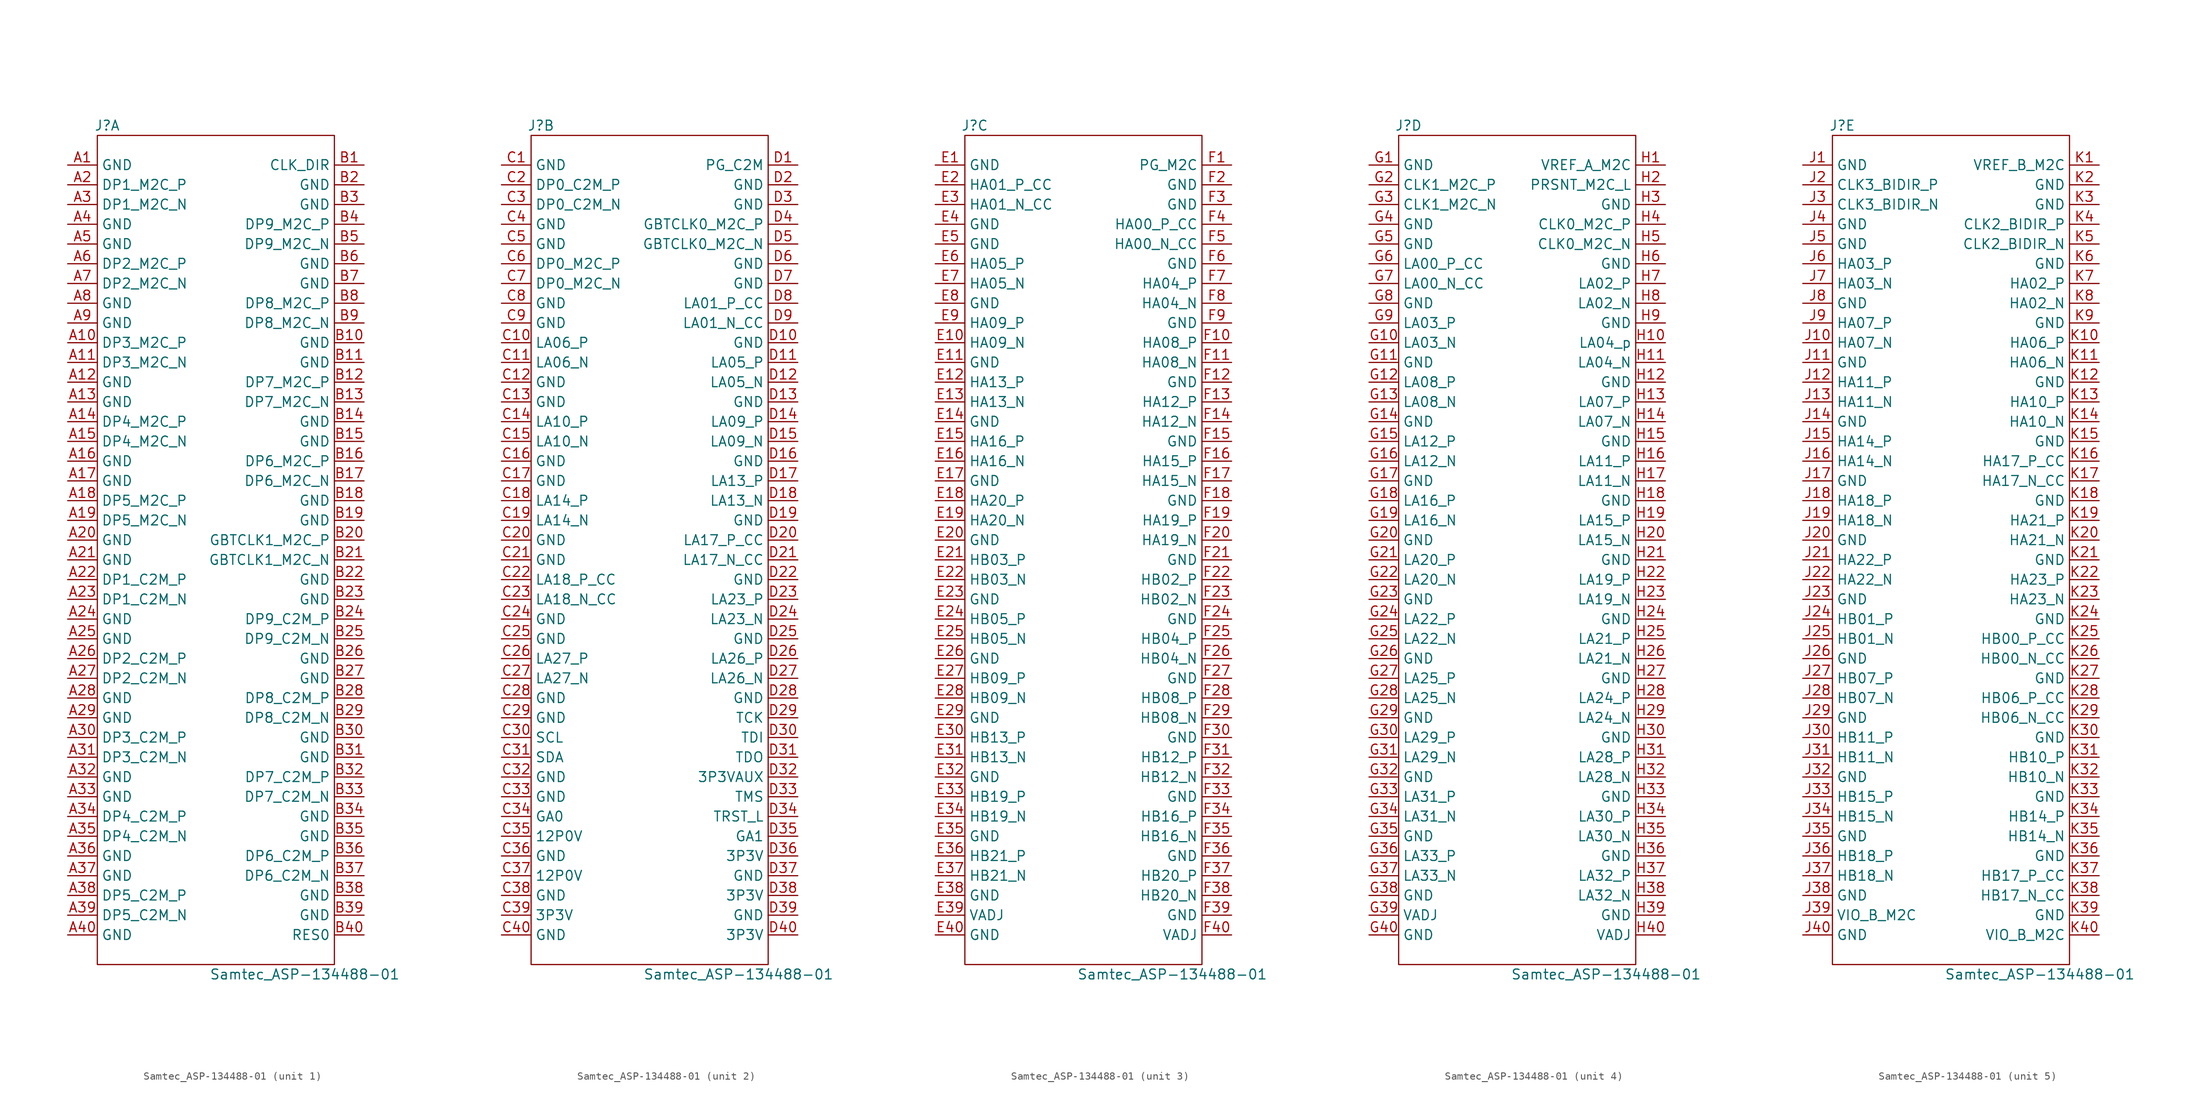
<source format=kicad_sym>
(kicad_symbol_lib
  (version 20211014)
  (generator kicad_symbol_editor)
  (symbol "Samtec_ASP-134488-01"
    (property "Reference" "J"
      (at -13.97 54.61 0)
      (effects (font (size 1.27 1.27))))
    (property "Value" "Samtec_ASP-134488-01"
      (at 11.43 -54.61 0)
      (effects (font (size 1.27 1.27))))
    (property "ki_locked" ""
      (at 0 0 0)
      (effects (font (size 1.27 1.27))))
    (symbol "Samtec_ASP-134488-01_0_1"
      (rectangle (start -15.24 53.34) (end 15.24 -53.34) (stroke (width 0) (type default) (color 0 0 0 0)) (fill (type none))))
    (symbol "Samtec_ASP-134488-01_1_1"
      (pin passive line (at -19.05 49.53 0) (length 3.81) (name "GND" (effects (font (size 1.27 1.27)))) (number "A1" (effects (font (size 1.27 1.27)))))
      (pin passive line (at -19.05 26.67 0) (length 3.81) (name "DP3_M2C_P" (effects (font (size 1.27 1.27)))) (number "A10" (effects (font (size 1.27 1.27)))))
      (pin passive line (at -19.05 24.13 0) (length 3.81) (name "DP3_M2C_N" (effects (font (size 1.27 1.27)))) (number "A11" (effects (font (size 1.27 1.27)))))
      (pin passive line (at -19.05 21.59 0) (length 3.81) (name "GND" (effects (font (size 1.27 1.27)))) (number "A12" (effects (font (size 1.27 1.27)))))
      (pin passive line (at -19.05 19.05 0) (length 3.81) (name "GND" (effects (font (size 1.27 1.27)))) (number "A13" (effects (font (size 1.27 1.27)))))
      (pin passive line (at -19.05 16.51 0) (length 3.81) (name "DP4_M2C_P" (effects (font (size 1.27 1.27)))) (number "A14" (effects (font (size 1.27 1.27)))))
      (pin passive line (at -19.05 13.97 0) (length 3.81) (name "DP4_M2C_N" (effects (font (size 1.27 1.27)))) (number "A15" (effects (font (size 1.27 1.27)))))
      (pin passive line (at -19.05 11.43 0) (length 3.81) (name "GND" (effects (font (size 1.27 1.27)))) (number "A16" (effects (font (size 1.27 1.27)))))
      (pin passive line (at -19.05 8.89 0) (length 3.81) (name "GND" (effects (font (size 1.27 1.27)))) (number "A17" (effects (font (size 1.27 1.27)))))
      (pin passive line (at -19.05 6.35 0) (length 3.81) (name "DP5_M2C_P" (effects (font (size 1.27 1.27)))) (number "A18" (effects (font (size 1.27 1.27)))))
      (pin passive line (at -19.05 3.81 0) (length 3.81) (name "DP5_M2C_N" (effects (font (size 1.27 1.27)))) (number "A19" (effects (font (size 1.27 1.27)))))
      (pin passive line (at -19.05 46.99 0) (length 3.81) (name "DP1_M2C_P" (effects (font (size 1.27 1.27)))) (number "A2" (effects (font (size 1.27 1.27)))))
      (pin passive line (at -19.05 1.27 0) (length 3.81) (name "GND" (effects (font (size 1.27 1.27)))) (number "A20" (effects (font (size 1.27 1.27)))))
      (pin passive line (at -19.05 -1.27 0) (length 3.81) (name "GND" (effects (font (size 1.27 1.27)))) (number "A21" (effects (font (size 1.27 1.27)))))
      (pin passive line (at -19.05 -3.81 0) (length 3.81) (name "DP1_C2M_P" (effects (font (size 1.27 1.27)))) (number "A22" (effects (font (size 1.27 1.27)))))
      (pin passive line (at -19.05 -6.35 0) (length 3.81) (name "DP1_C2M_N" (effects (font (size 1.27 1.27)))) (number "A23" (effects (font (size 1.27 1.27)))))
      (pin passive line (at -19.05 -8.89 0) (length 3.81) (name "GND" (effects (font (size 1.27 1.27)))) (number "A24" (effects (font (size 1.27 1.27)))))
      (pin passive line (at -19.05 -11.43 0) (length 3.81) (name "GND" (effects (font (size 1.27 1.27)))) (number "A25" (effects (font (size 1.27 1.27)))))
      (pin passive line (at -19.05 -13.97 0) (length 3.81) (name "DP2_C2M_P" (effects (font (size 1.27 1.27)))) (number "A26" (effects (font (size 1.27 1.27)))))
      (pin passive line (at -19.05 -16.51 0) (length 3.81) (name "DP2_C2M_N" (effects (font (size 1.27 1.27)))) (number "A27" (effects (font (size 1.27 1.27)))))
      (pin passive line (at -19.05 -19.05 0) (length 3.81) (name "GND" (effects (font (size 1.27 1.27)))) (number "A28" (effects (font (size 1.27 1.27)))))
      (pin passive line (at -19.05 -21.59 0) (length 3.81) (name "GND" (effects (font (size 1.27 1.27)))) (number "A29" (effects (font (size 1.27 1.27)))))
      (pin passive line (at -19.05 44.45 0) (length 3.81) (name "DP1_M2C_N" (effects (font (size 1.27 1.27)))) (number "A3" (effects (font (size 1.27 1.27)))))
      (pin passive line (at -19.05 -24.13 0) (length 3.81) (name "DP3_C2M_P" (effects (font (size 1.27 1.27)))) (number "A30" (effects (font (size 1.27 1.27)))))
      (pin passive line (at -19.05 -26.67 0) (length 3.81) (name "DP3_C2M_N" (effects (font (size 1.27 1.27)))) (number "A31" (effects (font (size 1.27 1.27)))))
      (pin passive line (at -19.05 -29.21 0) (length 3.81) (name "GND" (effects (font (size 1.27 1.27)))) (number "A32" (effects (font (size 1.27 1.27)))))
      (pin passive line (at -19.05 -31.75 0) (length 3.81) (name "GND" (effects (font (size 1.27 1.27)))) (number "A33" (effects (font (size 1.27 1.27)))))
      (pin passive line (at -19.05 -34.29 0) (length 3.81) (name "DP4_C2M_P" (effects (font (size 1.27 1.27)))) (number "A34" (effects (font (size 1.27 1.27)))))
      (pin passive line (at -19.05 -36.83 0) (length 3.81) (name "DP4_C2M_N" (effects (font (size 1.27 1.27)))) (number "A35" (effects (font (size 1.27 1.27)))))
      (pin passive line (at -19.05 -39.37 0) (length 3.81) (name "GND" (effects (font (size 1.27 1.27)))) (number "A36" (effects (font (size 1.27 1.27)))))
      (pin passive line (at -19.05 -41.91 0) (length 3.81) (name "GND" (effects (font (size 1.27 1.27)))) (number "A37" (effects (font (size 1.27 1.27)))))
      (pin passive line (at -19.05 -44.45 0) (length 3.81) (name "DP5_C2M_P" (effects (font (size 1.27 1.27)))) (number "A38" (effects (font (size 1.27 1.27)))))
      (pin passive line (at -19.05 -46.99 0) (length 3.81) (name "DP5_C2M_N" (effects (font (size 1.27 1.27)))) (number "A39" (effects (font (size 1.27 1.27)))))
      (pin passive line (at -19.05 41.91 0) (length 3.81) (name "GND" (effects (font (size 1.27 1.27)))) (number "A4" (effects (font (size 1.27 1.27)))))
      (pin passive line (at -19.05 -49.53 0) (length 3.81) (name "GND" (effects (font (size 1.27 1.27)))) (number "A40" (effects (font (size 1.27 1.27)))))
      (pin passive line (at -19.05 39.37 0) (length 3.81) (name "GND" (effects (font (size 1.27 1.27)))) (number "A5" (effects (font (size 1.27 1.27)))))
      (pin passive line (at -19.05 36.83 0) (length 3.81) (name "DP2_M2C_P" (effects (font (size 1.27 1.27)))) (number "A6" (effects (font (size 1.27 1.27)))))
      (pin passive line (at -19.05 34.29 0) (length 3.81) (name "DP2_M2C_N" (effects (font (size 1.27 1.27)))) (number "A7" (effects (font (size 1.27 1.27)))))
      (pin passive line (at -19.05 31.75 0) (length 3.81) (name "GND" (effects (font (size 1.27 1.27)))) (number "A8" (effects (font (size 1.27 1.27)))))
      (pin passive line (at -19.05 29.21 0) (length 3.81) (name "GND" (effects (font (size 1.27 1.27)))) (number "A9" (effects (font (size 1.27 1.27)))))
      (pin passive line (at 19.05 49.53 180) (length 3.81) (name "CLK_DIR" (effects (font (size 1.27 1.27)))) (number "B1" (effects (font (size 1.27 1.27)))))
      (pin passive line (at 19.05 26.67 180) (length 3.81) (name "GND" (effects (font (size 1.27 1.27)))) (number "B10" (effects (font (size 1.27 1.27)))))
      (pin passive line (at 19.05 24.13 180) (length 3.81) (name "GND" (effects (font (size 1.27 1.27)))) (number "B11" (effects (font (size 1.27 1.27)))))
      (pin passive line (at 19.05 21.59 180) (length 3.81) (name "DP7_M2C_P" (effects (font (size 1.27 1.27)))) (number "B12" (effects (font (size 1.27 1.27)))))
      (pin passive line (at 19.05 19.05 180) (length 3.81) (name "DP7_M2C_N" (effects (font (size 1.27 1.27)))) (number "B13" (effects (font (size 1.27 1.27)))))
      (pin passive line (at 19.05 16.51 180) (length 3.81) (name "GND" (effects (font (size 1.27 1.27)))) (number "B14" (effects (font (size 1.27 1.27)))))
      (pin passive line (at 19.05 13.97 180) (length 3.81) (name "GND" (effects (font (size 1.27 1.27)))) (number "B15" (effects (font (size 1.27 1.27)))))
      (pin passive line (at 19.05 11.43 180) (length 3.81) (name "DP6_M2C_P" (effects (font (size 1.27 1.27)))) (number "B16" (effects (font (size 1.27 1.27)))))
      (pin passive line (at 19.05 8.89 180) (length 3.81) (name "DP6_M2C_N" (effects (font (size 1.27 1.27)))) (number "B17" (effects (font (size 1.27 1.27)))))
      (pin passive line (at 19.05 6.35 180) (length 3.81) (name "GND" (effects (font (size 1.27 1.27)))) (number "B18" (effects (font (size 1.27 1.27)))))
      (pin passive line (at 19.05 3.81 180) (length 3.81) (name "GND" (effects (font (size 1.27 1.27)))) (number "B19" (effects (font (size 1.27 1.27)))))
      (pin passive line (at 19.05 46.99 180) (length 3.81) (name "GND" (effects (font (size 1.27 1.27)))) (number "B2" (effects (font (size 1.27 1.27)))))
      (pin passive line (at 19.05 1.27 180) (length 3.81) (name "GBTCLK1_M2C_P" (effects (font (size 1.27 1.27)))) (number "B20" (effects (font (size 1.27 1.27)))))
      (pin passive line (at 19.05 -1.27 180) (length 3.81) (name "GBTCLK1_M2C_N" (effects (font (size 1.27 1.27)))) (number "B21" (effects (font (size 1.27 1.27)))))
      (pin passive line (at 19.05 -3.81 180) (length 3.81) (name "GND" (effects (font (size 1.27 1.27)))) (number "B22" (effects (font (size 1.27 1.27)))))
      (pin passive line (at 19.05 -6.35 180) (length 3.81) (name "GND" (effects (font (size 1.27 1.27)))) (number "B23" (effects (font (size 1.27 1.27)))))
      (pin passive line (at 19.05 -8.89 180) (length 3.81) (name "DP9_C2M_P" (effects (font (size 1.27 1.27)))) (number "B24" (effects (font (size 1.27 1.27)))))
      (pin passive line (at 19.05 -11.43 180) (length 3.81) (name "DP9_C2M_N" (effects (font (size 1.27 1.27)))) (number "B25" (effects (font (size 1.27 1.27)))))
      (pin passive line (at 19.05 -13.97 180) (length 3.81) (name "GND" (effects (font (size 1.27 1.27)))) (number "B26" (effects (font (size 1.27 1.27)))))
      (pin passive line (at 19.05 -16.51 180) (length 3.81) (name "GND" (effects (font (size 1.27 1.27)))) (number "B27" (effects (font (size 1.27 1.27)))))
      (pin passive line (at 19.05 -19.05 180) (length 3.81) (name "DP8_C2M_P" (effects (font (size 1.27 1.27)))) (number "B28" (effects (font (size 1.27 1.27)))))
      (pin passive line (at 19.05 -21.59 180) (length 3.81) (name "DP8_C2M_N" (effects (font (size 1.27 1.27)))) (number "B29" (effects (font (size 1.27 1.27)))))
      (pin passive line (at 19.05 44.45 180) (length 3.81) (name "GND" (effects (font (size 1.27 1.27)))) (number "B3" (effects (font (size 1.27 1.27)))))
      (pin passive line (at 19.05 -24.13 180) (length 3.81) (name "GND" (effects (font (size 1.27 1.27)))) (number "B30" (effects (font (size 1.27 1.27)))))
      (pin passive line (at 19.05 -26.67 180) (length 3.81) (name "GND" (effects (font (size 1.27 1.27)))) (number "B31" (effects (font (size 1.27 1.27)))))
      (pin passive line (at 19.05 -29.21 180) (length 3.81) (name "DP7_C2M_P" (effects (font (size 1.27 1.27)))) (number "B32" (effects (font (size 1.27 1.27)))))
      (pin passive line (at 19.05 -31.75 180) (length 3.81) (name "DP7_C2M_N" (effects (font (size 1.27 1.27)))) (number "B33" (effects (font (size 1.27 1.27)))))
      (pin passive line (at 19.05 -34.29 180) (length 3.81) (name "GND" (effects (font (size 1.27 1.27)))) (number "B34" (effects (font (size 1.27 1.27)))))
      (pin passive line (at 19.05 -36.83 180) (length 3.81) (name "GND" (effects (font (size 1.27 1.27)))) (number "B35" (effects (font (size 1.27 1.27)))))
      (pin passive line (at 19.05 -39.37 180) (length 3.81) (name "DP6_C2M_P" (effects (font (size 1.27 1.27)))) (number "B36" (effects (font (size 1.27 1.27)))))
      (pin passive line (at 19.05 -41.91 180) (length 3.81) (name "DP6_C2M_N" (effects (font (size 1.27 1.27)))) (number "B37" (effects (font (size 1.27 1.27)))))
      (pin passive line (at 19.05 -44.45 180) (length 3.81) (name "GND" (effects (font (size 1.27 1.27)))) (number "B38" (effects (font (size 1.27 1.27)))))
      (pin passive line (at 19.05 -46.99 180) (length 3.81) (name "GND" (effects (font (size 1.27 1.27)))) (number "B39" (effects (font (size 1.27 1.27)))))
      (pin passive line (at 19.05 41.91 180) (length 3.81) (name "DP9_M2C_P" (effects (font (size 1.27 1.27)))) (number "B4" (effects (font (size 1.27 1.27)))))
      (pin passive line (at 19.05 -49.53 180) (length 3.81) (name "RES0" (effects (font (size 1.27 1.27)))) (number "B40" (effects (font (size 1.27 1.27)))))
      (pin passive line (at 19.05 39.37 180) (length 3.81) (name "DP9_M2C_N" (effects (font (size 1.27 1.27)))) (number "B5" (effects (font (size 1.27 1.27)))))
      (pin passive line (at 19.05 36.83 180) (length 3.81) (name "GND" (effects (font (size 1.27 1.27)))) (number "B6" (effects (font (size 1.27 1.27)))))
      (pin passive line (at 19.05 34.29 180) (length 3.81) (name "GND" (effects (font (size 1.27 1.27)))) (number "B7" (effects (font (size 1.27 1.27)))))
      (pin passive line (at 19.05 31.75 180) (length 3.81) (name "DP8_M2C_P" (effects (font (size 1.27 1.27)))) (number "B8" (effects (font (size 1.27 1.27)))))
      (pin passive line (at 19.05 29.21 180) (length 3.81) (name "DP8_M2C_N" (effects (font (size 1.27 1.27)))) (number "B9" (effects (font (size 1.27 1.27))))))
    (symbol "Samtec_ASP-134488-01_2_1"
      (pin passive line (at -19.05 49.53 0) (length 3.81) (name "GND" (effects (font (size 1.27 1.27)))) (number "C1" (effects (font (size 1.27 1.27)))))
      (pin passive line (at -19.05 26.67 0) (length 3.81) (name "LA06_P" (effects (font (size 1.27 1.27)))) (number "C10" (effects (font (size 1.27 1.27)))))
      (pin passive line (at -19.05 24.13 0) (length 3.81) (name "LA06_N" (effects (font (size 1.27 1.27)))) (number "C11" (effects (font (size 1.27 1.27)))))
      (pin passive line (at -19.05 21.59 0) (length 3.81) (name "GND" (effects (font (size 1.27 1.27)))) (number "C12" (effects (font (size 1.27 1.27)))))
      (pin passive line (at -19.05 19.05 0) (length 3.81) (name "GND" (effects (font (size 1.27 1.27)))) (number "C13" (effects (font (size 1.27 1.27)))))
      (pin passive line (at -19.05 16.51 0) (length 3.81) (name "LA10_P" (effects (font (size 1.27 1.27)))) (number "C14" (effects (font (size 1.27 1.27)))))
      (pin passive line (at -19.05 13.97 0) (length 3.81) (name "LA10_N" (effects (font (size 1.27 1.27)))) (number "C15" (effects (font (size 1.27 1.27)))))
      (pin passive line (at -19.05 11.43 0) (length 3.81) (name "GND" (effects (font (size 1.27 1.27)))) (number "C16" (effects (font (size 1.27 1.27)))))
      (pin passive line (at -19.05 8.89 0) (length 3.81) (name "GND" (effects (font (size 1.27 1.27)))) (number "C17" (effects (font (size 1.27 1.27)))))
      (pin passive line (at -19.05 6.35 0) (length 3.81) (name "LA14_P" (effects (font (size 1.27 1.27)))) (number "C18" (effects (font (size 1.27 1.27)))))
      (pin passive line (at -19.05 3.81 0) (length 3.81) (name "LA14_N" (effects (font (size 1.27 1.27)))) (number "C19" (effects (font (size 1.27 1.27)))))
      (pin passive line (at -19.05 46.99 0) (length 3.81) (name "DP0_C2M_P" (effects (font (size 1.27 1.27)))) (number "C2" (effects (font (size 1.27 1.27)))))
      (pin passive line (at -19.05 1.27 0) (length 3.81) (name "GND" (effects (font (size 1.27 1.27)))) (number "C20" (effects (font (size 1.27 1.27)))))
      (pin passive line (at -19.05 -1.27 0) (length 3.81) (name "GND" (effects (font (size 1.27 1.27)))) (number "C21" (effects (font (size 1.27 1.27)))))
      (pin passive line (at -19.05 -3.81 0) (length 3.81) (name "LA18_P_CC" (effects (font (size 1.27 1.27)))) (number "C22" (effects (font (size 1.27 1.27)))))
      (pin passive line (at -19.05 -6.35 0) (length 3.81) (name "LA18_N_CC" (effects (font (size 1.27 1.27)))) (number "C23" (effects (font (size 1.27 1.27)))))
      (pin passive line (at -19.05 -8.89 0) (length 3.81) (name "GND" (effects (font (size 1.27 1.27)))) (number "C24" (effects (font (size 1.27 1.27)))))
      (pin passive line (at -19.05 -11.43 0) (length 3.81) (name "GND" (effects (font (size 1.27 1.27)))) (number "C25" (effects (font (size 1.27 1.27)))))
      (pin passive line (at -19.05 -13.97 0) (length 3.81) (name "LA27_P" (effects (font (size 1.27 1.27)))) (number "C26" (effects (font (size 1.27 1.27)))))
      (pin passive line (at -19.05 -16.51 0) (length 3.81) (name "LA27_N" (effects (font (size 1.27 1.27)))) (number "C27" (effects (font (size 1.27 1.27)))))
      (pin passive line (at -19.05 -19.05 0) (length 3.81) (name "GND" (effects (font (size 1.27 1.27)))) (number "C28" (effects (font (size 1.27 1.27)))))
      (pin passive line (at -19.05 -21.59 0) (length 3.81) (name "GND" (effects (font (size 1.27 1.27)))) (number "C29" (effects (font (size 1.27 1.27)))))
      (pin passive line (at -19.05 44.45 0) (length 3.81) (name "DP0_C2M_N" (effects (font (size 1.27 1.27)))) (number "C3" (effects (font (size 1.27 1.27)))))
      (pin passive line (at -19.05 -24.13 0) (length 3.81) (name "SCL" (effects (font (size 1.27 1.27)))) (number "C30" (effects (font (size 1.27 1.27)))))
      (pin passive line (at -19.05 -26.67 0) (length 3.81) (name "SDA" (effects (font (size 1.27 1.27)))) (number "C31" (effects (font (size 1.27 1.27)))))
      (pin passive line (at -19.05 -29.21 0) (length 3.81) (name "GND" (effects (font (size 1.27 1.27)))) (number "C32" (effects (font (size 1.27 1.27)))))
      (pin passive line (at -19.05 -31.75 0) (length 3.81) (name "GND" (effects (font (size 1.27 1.27)))) (number "C33" (effects (font (size 1.27 1.27)))))
      (pin passive line (at -19.05 -34.29 0) (length 3.81) (name "GA0" (effects (font (size 1.27 1.27)))) (number "C34" (effects (font (size 1.27 1.27)))))
      (pin passive line (at -19.05 -36.83 0) (length 3.81) (name "12P0V" (effects (font (size 1.27 1.27)))) (number "C35" (effects (font (size 1.27 1.27)))))
      (pin passive line (at -19.05 -39.37 0) (length 3.81) (name "GND" (effects (font (size 1.27 1.27)))) (number "C36" (effects (font (size 1.27 1.27)))))
      (pin passive line (at -19.05 -41.91 0) (length 3.81) (name "12P0V" (effects (font (size 1.27 1.27)))) (number "C37" (effects (font (size 1.27 1.27)))))
      (pin passive line (at -19.05 -44.45 0) (length 3.81) (name "GND" (effects (font (size 1.27 1.27)))) (number "C38" (effects (font (size 1.27 1.27)))))
      (pin passive line (at -19.05 -46.99 0) (length 3.81) (name "3P3V" (effects (font (size 1.27 1.27)))) (number "C39" (effects (font (size 1.27 1.27)))))
      (pin passive line (at -19.05 41.91 0) (length 3.81) (name "GND" (effects (font (size 1.27 1.27)))) (number "C4" (effects (font (size 1.27 1.27)))))
      (pin passive line (at -19.05 -49.53 0) (length 3.81) (name "GND" (effects (font (size 1.27 1.27)))) (number "C40" (effects (font (size 1.27 1.27)))))
      (pin passive line (at -19.05 39.37 0) (length 3.81) (name "GND" (effects (font (size 1.27 1.27)))) (number "C5" (effects (font (size 1.27 1.27)))))
      (pin passive line (at -19.05 36.83 0) (length 3.81) (name "DP0_M2C_P" (effects (font (size 1.27 1.27)))) (number "C6" (effects (font (size 1.27 1.27)))))
      (pin passive line (at -19.05 34.29 0) (length 3.81) (name "DP0_M2C_N" (effects (font (size 1.27 1.27)))) (number "C7" (effects (font (size 1.27 1.27)))))
      (pin passive line (at -19.05 31.75 0) (length 3.81) (name "GND" (effects (font (size 1.27 1.27)))) (number "C8" (effects (font (size 1.27 1.27)))))
      (pin passive line (at -19.05 29.21 0) (length 3.81) (name "GND" (effects (font (size 1.27 1.27)))) (number "C9" (effects (font (size 1.27 1.27)))))
      (pin passive line (at 19.05 49.53 180) (length 3.81) (name "PG_C2M" (effects (font (size 1.27 1.27)))) (number "D1" (effects (font (size 1.27 1.27)))))
      (pin passive line (at 19.05 26.67 180) (length 3.81) (name "GND" (effects (font (size 1.27 1.27)))) (number "D10" (effects (font (size 1.27 1.27)))))
      (pin passive line (at 19.05 24.13 180) (length 3.81) (name "LA05_P" (effects (font (size 1.27 1.27)))) (number "D11" (effects (font (size 1.27 1.27)))))
      (pin passive line (at 19.05 21.59 180) (length 3.81) (name "LA05_N" (effects (font (size 1.27 1.27)))) (number "D12" (effects (font (size 1.27 1.27)))))
      (pin passive line (at 19.05 19.05 180) (length 3.81) (name "GND" (effects (font (size 1.27 1.27)))) (number "D13" (effects (font (size 1.27 1.27)))))
      (pin passive line (at 19.05 16.51 180) (length 3.81) (name "LA09_P" (effects (font (size 1.27 1.27)))) (number "D14" (effects (font (size 1.27 1.27)))))
      (pin passive line (at 19.05 13.97 180) (length 3.81) (name "LA09_N" (effects (font (size 1.27 1.27)))) (number "D15" (effects (font (size 1.27 1.27)))))
      (pin passive line (at 19.05 11.43 180) (length 3.81) (name "GND" (effects (font (size 1.27 1.27)))) (number "D16" (effects (font (size 1.27 1.27)))))
      (pin passive line (at 19.05 8.89 180) (length 3.81) (name "LA13_P" (effects (font (size 1.27 1.27)))) (number "D17" (effects (font (size 1.27 1.27)))))
      (pin passive line (at 19.05 6.35 180) (length 3.81) (name "LA13_N" (effects (font (size 1.27 1.27)))) (number "D18" (effects (font (size 1.27 1.27)))))
      (pin passive line (at 19.05 3.81 180) (length 3.81) (name "GND" (effects (font (size 1.27 1.27)))) (number "D19" (effects (font (size 1.27 1.27)))))
      (pin passive line (at 19.05 46.99 180) (length 3.81) (name "GND" (effects (font (size 1.27 1.27)))) (number "D2" (effects (font (size 1.27 1.27)))))
      (pin passive line (at 19.05 1.27 180) (length 3.81) (name "LA17_P_CC" (effects (font (size 1.27 1.27)))) (number "D20" (effects (font (size 1.27 1.27)))))
      (pin passive line (at 19.05 -1.27 180) (length 3.81) (name "LA17_N_CC" (effects (font (size 1.27 1.27)))) (number "D21" (effects (font (size 1.27 1.27)))))
      (pin passive line (at 19.05 -3.81 180) (length 3.81) (name "GND" (effects (font (size 1.27 1.27)))) (number "D22" (effects (font (size 1.27 1.27)))))
      (pin passive line (at 19.05 -6.35 180) (length 3.81) (name "LA23_P" (effects (font (size 1.27 1.27)))) (number "D23" (effects (font (size 1.27 1.27)))))
      (pin passive line (at 19.05 -8.89 180) (length 3.81) (name "LA23_N" (effects (font (size 1.27 1.27)))) (number "D24" (effects (font (size 1.27 1.27)))))
      (pin passive line (at 19.05 -11.43 180) (length 3.81) (name "GND" (effects (font (size 1.27 1.27)))) (number "D25" (effects (font (size 1.27 1.27)))))
      (pin passive line (at 19.05 -13.97 180) (length 3.81) (name "LA26_P" (effects (font (size 1.27 1.27)))) (number "D26" (effects (font (size 1.27 1.27)))))
      (pin passive line (at 19.05 -16.51 180) (length 3.81) (name "LA26_N" (effects (font (size 1.27 1.27)))) (number "D27" (effects (font (size 1.27 1.27)))))
      (pin passive line (at 19.05 -19.05 180) (length 3.81) (name "GND" (effects (font (size 1.27 1.27)))) (number "D28" (effects (font (size 1.27 1.27)))))
      (pin passive line (at 19.05 -21.59 180) (length 3.81) (name "TCK" (effects (font (size 1.27 1.27)))) (number "D29" (effects (font (size 1.27 1.27)))))
      (pin passive line (at 19.05 44.45 180) (length 3.81) (name "GND" (effects (font (size 1.27 1.27)))) (number "D3" (effects (font (size 1.27 1.27)))))
      (pin passive line (at 19.05 -24.13 180) (length 3.81) (name "TDI" (effects (font (size 1.27 1.27)))) (number "D30" (effects (font (size 1.27 1.27)))))
      (pin passive line (at 19.05 -26.67 180) (length 3.81) (name "TDO" (effects (font (size 1.27 1.27)))) (number "D31" (effects (font (size 1.27 1.27)))))
      (pin passive line (at 19.05 -29.21 180) (length 3.81) (name "3P3VAUX" (effects (font (size 1.27 1.27)))) (number "D32" (effects (font (size 1.27 1.27)))))
      (pin passive line (at 19.05 -31.75 180) (length 3.81) (name "TMS" (effects (font (size 1.27 1.27)))) (number "D33" (effects (font (size 1.27 1.27)))))
      (pin passive line (at 19.05 -34.29 180) (length 3.81) (name "TRST_L" (effects (font (size 1.27 1.27)))) (number "D34" (effects (font (size 1.27 1.27)))))
      (pin passive line (at 19.05 -36.83 180) (length 3.81) (name "GA1" (effects (font (size 1.27 1.27)))) (number "D35" (effects (font (size 1.27 1.27)))))
      (pin passive line (at 19.05 -39.37 180) (length 3.81) (name "3P3V" (effects (font (size 1.27 1.27)))) (number "D36" (effects (font (size 1.27 1.27)))))
      (pin passive line (at 19.05 -41.91 180) (length 3.81) (name "GND" (effects (font (size 1.27 1.27)))) (number "D37" (effects (font (size 1.27 1.27)))))
      (pin passive line (at 19.05 -44.45 180) (length 3.81) (name "3P3V" (effects (font (size 1.27 1.27)))) (number "D38" (effects (font (size 1.27 1.27)))))
      (pin passive line (at 19.05 -46.99 180) (length 3.81) (name "GND" (effects (font (size 1.27 1.27)))) (number "D39" (effects (font (size 1.27 1.27)))))
      (pin passive line (at 19.05 41.91 180) (length 3.81) (name "GBTCLK0_M2C_P" (effects (font (size 1.27 1.27)))) (number "D4" (effects (font (size 1.27 1.27)))))
      (pin passive line (at 19.05 -49.53 180) (length 3.81) (name "3P3V" (effects (font (size 1.27 1.27)))) (number "D40" (effects (font (size 1.27 1.27)))))
      (pin passive line (at 19.05 39.37 180) (length 3.81) (name "GBTCLK0_M2C_N" (effects (font (size 1.27 1.27)))) (number "D5" (effects (font (size 1.27 1.27)))))
      (pin passive line (at 19.05 36.83 180) (length 3.81) (name "GND" (effects (font (size 1.27 1.27)))) (number "D6" (effects (font (size 1.27 1.27)))))
      (pin passive line (at 19.05 34.29 180) (length 3.81) (name "GND" (effects (font (size 1.27 1.27)))) (number "D7" (effects (font (size 1.27 1.27)))))
      (pin passive line (at 19.05 31.75 180) (length 3.81) (name "LA01_P_CC" (effects (font (size 1.27 1.27)))) (number "D8" (effects (font (size 1.27 1.27)))))
      (pin passive line (at 19.05 29.21 180) (length 3.81) (name "LA01_N_CC" (effects (font (size 1.27 1.27)))) (number "D9" (effects (font (size 1.27 1.27))))))
    (symbol "Samtec_ASP-134488-01_3_1"
      (pin passive line (at -19.05 49.53 0) (length 3.81) (name "GND" (effects (font (size 1.27 1.27)))) (number "E1" (effects (font (size 1.27 1.27)))))
      (pin passive line (at -19.05 26.67 0) (length 3.81) (name "HA09_N" (effects (font (size 1.27 1.27)))) (number "E10" (effects (font (size 1.27 1.27)))))
      (pin passive line (at -19.05 24.13 0) (length 3.81) (name "GND" (effects (font (size 1.27 1.27)))) (number "E11" (effects (font (size 1.27 1.27)))))
      (pin passive line (at -19.05 21.59 0) (length 3.81) (name "HA13_P" (effects (font (size 1.27 1.27)))) (number "E12" (effects (font (size 1.27 1.27)))))
      (pin passive line (at -19.05 19.05 0) (length 3.81) (name "HA13_N" (effects (font (size 1.27 1.27)))) (number "E13" (effects (font (size 1.27 1.27)))))
      (pin passive line (at -19.05 16.51 0) (length 3.81) (name "GND" (effects (font (size 1.27 1.27)))) (number "E14" (effects (font (size 1.27 1.27)))))
      (pin passive line (at -19.05 13.97 0) (length 3.81) (name "HA16_P" (effects (font (size 1.27 1.27)))) (number "E15" (effects (font (size 1.27 1.27)))))
      (pin passive line (at -19.05 11.43 0) (length 3.81) (name "HA16_N" (effects (font (size 1.27 1.27)))) (number "E16" (effects (font (size 1.27 1.27)))))
      (pin passive line (at -19.05 8.89 0) (length 3.81) (name "GND" (effects (font (size 1.27 1.27)))) (number "E17" (effects (font (size 1.27 1.27)))))
      (pin passive line (at -19.05 6.35 0) (length 3.81) (name "HA20_P" (effects (font (size 1.27 1.27)))) (number "E18" (effects (font (size 1.27 1.27)))))
      (pin passive line (at -19.05 3.81 0) (length 3.81) (name "HA20_N" (effects (font (size 1.27 1.27)))) (number "E19" (effects (font (size 1.27 1.27)))))
      (pin passive line (at -19.05 46.99 0) (length 3.81) (name "HA01_P_CC" (effects (font (size 1.27 1.27)))) (number "E2" (effects (font (size 1.27 1.27)))))
      (pin passive line (at -19.05 1.27 0) (length 3.81) (name "GND" (effects (font (size 1.27 1.27)))) (number "E20" (effects (font (size 1.27 1.27)))))
      (pin passive line (at -19.05 -1.27 0) (length 3.81) (name "HB03_P" (effects (font (size 1.27 1.27)))) (number "E21" (effects (font (size 1.27 1.27)))))
      (pin passive line (at -19.05 -3.81 0) (length 3.81) (name "HB03_N" (effects (font (size 1.27 1.27)))) (number "E22" (effects (font (size 1.27 1.27)))))
      (pin passive line (at -19.05 -6.35 0) (length 3.81) (name "GND" (effects (font (size 1.27 1.27)))) (number "E23" (effects (font (size 1.27 1.27)))))
      (pin passive line (at -19.05 -8.89 0) (length 3.81) (name "HB05_P" (effects (font (size 1.27 1.27)))) (number "E24" (effects (font (size 1.27 1.27)))))
      (pin passive line (at -19.05 -11.43 0) (length 3.81) (name "HB05_N" (effects (font (size 1.27 1.27)))) (number "E25" (effects (font (size 1.27 1.27)))))
      (pin passive line (at -19.05 -13.97 0) (length 3.81) (name "GND" (effects (font (size 1.27 1.27)))) (number "E26" (effects (font (size 1.27 1.27)))))
      (pin passive line (at -19.05 -16.51 0) (length 3.81) (name "HB09_P" (effects (font (size 1.27 1.27)))) (number "E27" (effects (font (size 1.27 1.27)))))
      (pin passive line (at -19.05 -19.05 0) (length 3.81) (name "HB09_N" (effects (font (size 1.27 1.27)))) (number "E28" (effects (font (size 1.27 1.27)))))
      (pin passive line (at -19.05 -21.59 0) (length 3.81) (name "GND" (effects (font (size 1.27 1.27)))) (number "E29" (effects (font (size 1.27 1.27)))))
      (pin passive line (at -19.05 44.45 0) (length 3.81) (name "HA01_N_CC" (effects (font (size 1.27 1.27)))) (number "E3" (effects (font (size 1.27 1.27)))))
      (pin passive line (at -19.05 -24.13 0) (length 3.81) (name "HB13_P" (effects (font (size 1.27 1.27)))) (number "E30" (effects (font (size 1.27 1.27)))))
      (pin passive line (at -19.05 -26.67 0) (length 3.81) (name "HB13_N" (effects (font (size 1.27 1.27)))) (number "E31" (effects (font (size 1.27 1.27)))))
      (pin passive line (at -19.05 -29.21 0) (length 3.81) (name "GND" (effects (font (size 1.27 1.27)))) (number "E32" (effects (font (size 1.27 1.27)))))
      (pin passive line (at -19.05 -31.75 0) (length 3.81) (name "HB19_P" (effects (font (size 1.27 1.27)))) (number "E33" (effects (font (size 1.27 1.27)))))
      (pin passive line (at -19.05 -34.29 0) (length 3.81) (name "HB19_N" (effects (font (size 1.27 1.27)))) (number "E34" (effects (font (size 1.27 1.27)))))
      (pin passive line (at -19.05 -36.83 0) (length 3.81) (name "GND" (effects (font (size 1.27 1.27)))) (number "E35" (effects (font (size 1.27 1.27)))))
      (pin passive line (at -19.05 -39.37 0) (length 3.81) (name "HB21_P" (effects (font (size 1.27 1.27)))) (number "E36" (effects (font (size 1.27 1.27)))))
      (pin passive line (at -19.05 -41.91 0) (length 3.81) (name "HB21_N" (effects (font (size 1.27 1.27)))) (number "E37" (effects (font (size 1.27 1.27)))))
      (pin passive line (at -19.05 -44.45 0) (length 3.81) (name "GND" (effects (font (size 1.27 1.27)))) (number "E38" (effects (font (size 1.27 1.27)))))
      (pin passive line (at -19.05 -46.99 0) (length 3.81) (name "VADJ" (effects (font (size 1.27 1.27)))) (number "E39" (effects (font (size 1.27 1.27)))))
      (pin passive line (at -19.05 41.91 0) (length 3.81) (name "GND" (effects (font (size 1.27 1.27)))) (number "E4" (effects (font (size 1.27 1.27)))))
      (pin passive line (at -19.05 -49.53 0) (length 3.81) (name "GND" (effects (font (size 1.27 1.27)))) (number "E40" (effects (font (size 1.27 1.27)))))
      (pin passive line (at -19.05 39.37 0) (length 3.81) (name "GND" (effects (font (size 1.27 1.27)))) (number "E5" (effects (font (size 1.27 1.27)))))
      (pin passive line (at -19.05 36.83 0) (length 3.81) (name "HA05_P" (effects (font (size 1.27 1.27)))) (number "E6" (effects (font (size 1.27 1.27)))))
      (pin passive line (at -19.05 34.29 0) (length 3.81) (name "HA05_N" (effects (font (size 1.27 1.27)))) (number "E7" (effects (font (size 1.27 1.27)))))
      (pin passive line (at -19.05 31.75 0) (length 3.81) (name "GND" (effects (font (size 1.27 1.27)))) (number "E8" (effects (font (size 1.27 1.27)))))
      (pin passive line (at -19.05 29.21 0) (length 3.81) (name "HA09_P" (effects (font (size 1.27 1.27)))) (number "E9" (effects (font (size 1.27 1.27)))))
      (pin passive line (at 19.05 49.53 180) (length 3.81) (name "PG_M2C" (effects (font (size 1.27 1.27)))) (number "F1" (effects (font (size 1.27 1.27)))))
      (pin passive line (at 19.05 26.67 180) (length 3.81) (name "HA08_P" (effects (font (size 1.27 1.27)))) (number "F10" (effects (font (size 1.27 1.27)))))
      (pin passive line (at 19.05 24.13 180) (length 3.81) (name "HA08_N" (effects (font (size 1.27 1.27)))) (number "F11" (effects (font (size 1.27 1.27)))))
      (pin passive line (at 19.05 21.59 180) (length 3.81) (name "GND" (effects (font (size 1.27 1.27)))) (number "F12" (effects (font (size 1.27 1.27)))))
      (pin passive line (at 19.05 19.05 180) (length 3.81) (name "HA12_P" (effects (font (size 1.27 1.27)))) (number "F13" (effects (font (size 1.27 1.27)))))
      (pin passive line (at 19.05 16.51 180) (length 3.81) (name "HA12_N" (effects (font (size 1.27 1.27)))) (number "F14" (effects (font (size 1.27 1.27)))))
      (pin passive line (at 19.05 13.97 180) (length 3.81) (name "GND" (effects (font (size 1.27 1.27)))) (number "F15" (effects (font (size 1.27 1.27)))))
      (pin passive line (at 19.05 11.43 180) (length 3.81) (name "HA15_P" (effects (font (size 1.27 1.27)))) (number "F16" (effects (font (size 1.27 1.27)))))
      (pin passive line (at 19.05 8.89 180) (length 3.81) (name "HA15_N" (effects (font (size 1.27 1.27)))) (number "F17" (effects (font (size 1.27 1.27)))))
      (pin passive line (at 19.05 6.35 180) (length 3.81) (name "GND" (effects (font (size 1.27 1.27)))) (number "F18" (effects (font (size 1.27 1.27)))))
      (pin passive line (at 19.05 3.81 180) (length 3.81) (name "HA19_P" (effects (font (size 1.27 1.27)))) (number "F19" (effects (font (size 1.27 1.27)))))
      (pin passive line (at 19.05 46.99 180) (length 3.81) (name "GND" (effects (font (size 1.27 1.27)))) (number "F2" (effects (font (size 1.27 1.27)))))
      (pin passive line (at 19.05 1.27 180) (length 3.81) (name "HA19_N" (effects (font (size 1.27 1.27)))) (number "F20" (effects (font (size 1.27 1.27)))))
      (pin passive line (at 19.05 -1.27 180) (length 3.81) (name "GND" (effects (font (size 1.27 1.27)))) (number "F21" (effects (font (size 1.27 1.27)))))
      (pin passive line (at 19.05 -3.81 180) (length 3.81) (name "HB02_P" (effects (font (size 1.27 1.27)))) (number "F22" (effects (font (size 1.27 1.27)))))
      (pin passive line (at 19.05 -6.35 180) (length 3.81) (name "HB02_N" (effects (font (size 1.27 1.27)))) (number "F23" (effects (font (size 1.27 1.27)))))
      (pin passive line (at 19.05 -8.89 180) (length 3.81) (name "GND" (effects (font (size 1.27 1.27)))) (number "F24" (effects (font (size 1.27 1.27)))))
      (pin passive line (at 19.05 -11.43 180) (length 3.81) (name "HB04_P" (effects (font (size 1.27 1.27)))) (number "F25" (effects (font (size 1.27 1.27)))))
      (pin passive line (at 19.05 -13.97 180) (length 3.81) (name "HB04_N" (effects (font (size 1.27 1.27)))) (number "F26" (effects (font (size 1.27 1.27)))))
      (pin passive line (at 19.05 -16.51 180) (length 3.81) (name "GND" (effects (font (size 1.27 1.27)))) (number "F27" (effects (font (size 1.27 1.27)))))
      (pin passive line (at 19.05 -19.05 180) (length 3.81) (name "HB08_P" (effects (font (size 1.27 1.27)))) (number "F28" (effects (font (size 1.27 1.27)))))
      (pin passive line (at 19.05 -21.59 180) (length 3.81) (name "HB08_N" (effects (font (size 1.27 1.27)))) (number "F29" (effects (font (size 1.27 1.27)))))
      (pin passive line (at 19.05 44.45 180) (length 3.81) (name "GND" (effects (font (size 1.27 1.27)))) (number "F3" (effects (font (size 1.27 1.27)))))
      (pin passive line (at 19.05 -24.13 180) (length 3.81) (name "GND" (effects (font (size 1.27 1.27)))) (number "F30" (effects (font (size 1.27 1.27)))))
      (pin passive line (at 19.05 -26.67 180) (length 3.81) (name "HB12_P" (effects (font (size 1.27 1.27)))) (number "F31" (effects (font (size 1.27 1.27)))))
      (pin passive line (at 19.05 -29.21 180) (length 3.81) (name "HB12_N" (effects (font (size 1.27 1.27)))) (number "F32" (effects (font (size 1.27 1.27)))))
      (pin passive line (at 19.05 -31.75 180) (length 3.81) (name "GND" (effects (font (size 1.27 1.27)))) (number "F33" (effects (font (size 1.27 1.27)))))
      (pin passive line (at 19.05 -34.29 180) (length 3.81) (name "HB16_P" (effects (font (size 1.27 1.27)))) (number "F34" (effects (font (size 1.27 1.27)))))
      (pin passive line (at 19.05 -36.83 180) (length 3.81) (name "HB16_N" (effects (font (size 1.27 1.27)))) (number "F35" (effects (font (size 1.27 1.27)))))
      (pin passive line (at 19.05 -39.37 180) (length 3.81) (name "GND" (effects (font (size 1.27 1.27)))) (number "F36" (effects (font (size 1.27 1.27)))))
      (pin passive line (at 19.05 -41.91 180) (length 3.81) (name "HB20_P" (effects (font (size 1.27 1.27)))) (number "F37" (effects (font (size 1.27 1.27)))))
      (pin passive line (at 19.05 -44.45 180) (length 3.81) (name "HB20_N" (effects (font (size 1.27 1.27)))) (number "F38" (effects (font (size 1.27 1.27)))))
      (pin passive line (at 19.05 -46.99 180) (length 3.81) (name "GND" (effects (font (size 1.27 1.27)))) (number "F39" (effects (font (size 1.27 1.27)))))
      (pin passive line (at 19.05 41.91 180) (length 3.81) (name "HA00_P_CC" (effects (font (size 1.27 1.27)))) (number "F4" (effects (font (size 1.27 1.27)))))
      (pin passive line (at 19.05 -49.53 180) (length 3.81) (name "VADJ" (effects (font (size 1.27 1.27)))) (number "F40" (effects (font (size 1.27 1.27)))))
      (pin passive line (at 19.05 39.37 180) (length 3.81) (name "HA00_N_CC" (effects (font (size 1.27 1.27)))) (number "F5" (effects (font (size 1.27 1.27)))))
      (pin passive line (at 19.05 36.83 180) (length 3.81) (name "GND" (effects (font (size 1.27 1.27)))) (number "F6" (effects (font (size 1.27 1.27)))))
      (pin passive line (at 19.05 34.29 180) (length 3.81) (name "HA04_P" (effects (font (size 1.27 1.27)))) (number "F7" (effects (font (size 1.27 1.27)))))
      (pin passive line (at 19.05 31.75 180) (length 3.81) (name "HA04_N" (effects (font (size 1.27 1.27)))) (number "F8" (effects (font (size 1.27 1.27)))))
      (pin passive line (at 19.05 29.21 180) (length 3.81) (name "GND" (effects (font (size 1.27 1.27)))) (number "F9" (effects (font (size 1.27 1.27))))))
    (symbol "Samtec_ASP-134488-01_4_1"
      (pin passive line (at -19.05 49.53 0) (length 3.81) (name "GND" (effects (font (size 1.27 1.27)))) (number "G1" (effects (font (size 1.27 1.27)))))
      (pin passive line (at -19.05 26.67 0) (length 3.81) (name "LA03_N" (effects (font (size 1.27 1.27)))) (number "G10" (effects (font (size 1.27 1.27)))))
      (pin passive line (at -19.05 24.13 0) (length 3.81) (name "GND" (effects (font (size 1.27 1.27)))) (number "G11" (effects (font (size 1.27 1.27)))))
      (pin passive line (at -19.05 21.59 0) (length 3.81) (name "LA08_P" (effects (font (size 1.27 1.27)))) (number "G12" (effects (font (size 1.27 1.27)))))
      (pin passive line (at -19.05 19.05 0) (length 3.81) (name "LA08_N" (effects (font (size 1.27 1.27)))) (number "G13" (effects (font (size 1.27 1.27)))))
      (pin passive line (at -19.05 16.51 0) (length 3.81) (name "GND" (effects (font (size 1.27 1.27)))) (number "G14" (effects (font (size 1.27 1.27)))))
      (pin passive line (at -19.05 13.97 0) (length 3.81) (name "LA12_P" (effects (font (size 1.27 1.27)))) (number "G15" (effects (font (size 1.27 1.27)))))
      (pin passive line (at -19.05 11.43 0) (length 3.81) (name "LA12_N" (effects (font (size 1.27 1.27)))) (number "G16" (effects (font (size 1.27 1.27)))))
      (pin passive line (at -19.05 8.89 0) (length 3.81) (name "GND" (effects (font (size 1.27 1.27)))) (number "G17" (effects (font (size 1.27 1.27)))))
      (pin passive line (at -19.05 6.35 0) (length 3.81) (name "LA16_P" (effects (font (size 1.27 1.27)))) (number "G18" (effects (font (size 1.27 1.27)))))
      (pin passive line (at -19.05 3.81 0) (length 3.81) (name "LA16_N" (effects (font (size 1.27 1.27)))) (number "G19" (effects (font (size 1.27 1.27)))))
      (pin output line (at -19.05 46.99 0) (length 3.81) (name "CLK1_M2C_P" (effects (font (size 1.27 1.27)))) (number "G2" (effects (font (size 1.27 1.27)))))
      (pin passive line (at -19.05 1.27 0) (length 3.81) (name "GND" (effects (font (size 1.27 1.27)))) (number "G20" (effects (font (size 1.27 1.27)))))
      (pin passive line (at -19.05 -1.27 0) (length 3.81) (name "LA20_P" (effects (font (size 1.27 1.27)))) (number "G21" (effects (font (size 1.27 1.27)))))
      (pin passive line (at -19.05 -3.81 0) (length 3.81) (name "LA20_N" (effects (font (size 1.27 1.27)))) (number "G22" (effects (font (size 1.27 1.27)))))
      (pin passive line (at -19.05 -6.35 0) (length 3.81) (name "GND" (effects (font (size 1.27 1.27)))) (number "G23" (effects (font (size 1.27 1.27)))))
      (pin passive line (at -19.05 -8.89 0) (length 3.81) (name "LA22_P" (effects (font (size 1.27 1.27)))) (number "G24" (effects (font (size 1.27 1.27)))))
      (pin passive line (at -19.05 -11.43 0) (length 3.81) (name "LA22_N" (effects (font (size 1.27 1.27)))) (number "G25" (effects (font (size 1.27 1.27)))))
      (pin passive line (at -19.05 -13.97 0) (length 3.81) (name "GND" (effects (font (size 1.27 1.27)))) (number "G26" (effects (font (size 1.27 1.27)))))
      (pin passive line (at -19.05 -16.51 0) (length 3.81) (name "LA25_P" (effects (font (size 1.27 1.27)))) (number "G27" (effects (font (size 1.27 1.27)))))
      (pin passive line (at -19.05 -19.05 0) (length 3.81) (name "LA25_N" (effects (font (size 1.27 1.27)))) (number "G28" (effects (font (size 1.27 1.27)))))
      (pin passive line (at -19.05 -21.59 0) (length 3.81) (name "GND" (effects (font (size 1.27 1.27)))) (number "G29" (effects (font (size 1.27 1.27)))))
      (pin output line (at -19.05 44.45 0) (length 3.81) (name "CLK1_M2C_N" (effects (font (size 1.27 1.27)))) (number "G3" (effects (font (size 1.27 1.27)))))
      (pin passive line (at -19.05 -24.13 0) (length 3.81) (name "LA29_P" (effects (font (size 1.27 1.27)))) (number "G30" (effects (font (size 1.27 1.27)))))
      (pin passive line (at -19.05 -26.67 0) (length 3.81) (name "LA29_N" (effects (font (size 1.27 1.27)))) (number "G31" (effects (font (size 1.27 1.27)))))
      (pin passive line (at -19.05 -29.21 0) (length 3.81) (name "GND" (effects (font (size 1.27 1.27)))) (number "G32" (effects (font (size 1.27 1.27)))))
      (pin passive line (at -19.05 -31.75 0) (length 3.81) (name "LA31_P" (effects (font (size 1.27 1.27)))) (number "G33" (effects (font (size 1.27 1.27)))))
      (pin passive line (at -19.05 -34.29 0) (length 3.81) (name "LA31_N" (effects (font (size 1.27 1.27)))) (number "G34" (effects (font (size 1.27 1.27)))))
      (pin passive line (at -19.05 -36.83 0) (length 3.81) (name "GND" (effects (font (size 1.27 1.27)))) (number "G35" (effects (font (size 1.27 1.27)))))
      (pin passive line (at -19.05 -39.37 0) (length 3.81) (name "LA33_P" (effects (font (size 1.27 1.27)))) (number "G36" (effects (font (size 1.27 1.27)))))
      (pin passive line (at -19.05 -41.91 0) (length 3.81) (name "LA33_N" (effects (font (size 1.27 1.27)))) (number "G37" (effects (font (size 1.27 1.27)))))
      (pin passive line (at -19.05 -44.45 0) (length 3.81) (name "GND" (effects (font (size 1.27 1.27)))) (number "G38" (effects (font (size 1.27 1.27)))))
      (pin passive line (at -19.05 -46.99 0) (length 3.81) (name "VADJ" (effects (font (size 1.27 1.27)))) (number "G39" (effects (font (size 1.27 1.27)))))
      (pin passive line (at -19.05 41.91 0) (length 3.81) (name "GND" (effects (font (size 1.27 1.27)))) (number "G4" (effects (font (size 1.27 1.27)))))
      (pin passive line (at -19.05 -49.53 0) (length 3.81) (name "GND" (effects (font (size 1.27 1.27)))) (number "G40" (effects (font (size 1.27 1.27)))))
      (pin passive line (at -19.05 39.37 0) (length 3.81) (name "GND" (effects (font (size 1.27 1.27)))) (number "G5" (effects (font (size 1.27 1.27)))))
      (pin passive line (at -19.05 36.83 0) (length 3.81) (name "LA00_P_CC" (effects (font (size 1.27 1.27)))) (number "G6" (effects (font (size 1.27 1.27)))))
      (pin passive line (at -19.05 34.29 0) (length 3.81) (name "LA00_N_CC" (effects (font (size 1.27 1.27)))) (number "G7" (effects (font (size 1.27 1.27)))))
      (pin passive line (at -19.05 31.75 0) (length 3.81) (name "GND" (effects (font (size 1.27 1.27)))) (number "G8" (effects (font (size 1.27 1.27)))))
      (pin passive line (at -19.05 29.21 0) (length 3.81) (name "LA03_P" (effects (font (size 1.27 1.27)))) (number "G9" (effects (font (size 1.27 1.27)))))
      (pin passive line (at 19.05 49.53 180) (length 3.81) (name "VREF_A_M2C" (effects (font (size 1.27 1.27)))) (number "H1" (effects (font (size 1.27 1.27)))))
      (pin passive line (at 19.05 26.67 180) (length 3.81) (name "LA04_p" (effects (font (size 1.27 1.27)))) (number "H10" (effects (font (size 1.27 1.27)))))
      (pin passive line (at 19.05 24.13 180) (length 3.81) (name "LA04_N" (effects (font (size 1.27 1.27)))) (number "H11" (effects (font (size 1.27 1.27)))))
      (pin passive line (at 19.05 21.59 180) (length 3.81) (name "GND" (effects (font (size 1.27 1.27)))) (number "H12" (effects (font (size 1.27 1.27)))))
      (pin passive line (at 19.05 19.05 180) (length 3.81) (name "LA07_P" (effects (font (size 1.27 1.27)))) (number "H13" (effects (font (size 1.27 1.27)))))
      (pin passive line (at 19.05 16.51 180) (length 3.81) (name "LA07_N" (effects (font (size 1.27 1.27)))) (number "H14" (effects (font (size 1.27 1.27)))))
      (pin passive line (at 19.05 13.97 180) (length 3.81) (name "GND" (effects (font (size 1.27 1.27)))) (number "H15" (effects (font (size 1.27 1.27)))))
      (pin passive line (at 19.05 11.43 180) (length 3.81) (name "LA11_P" (effects (font (size 1.27 1.27)))) (number "H16" (effects (font (size 1.27 1.27)))))
      (pin passive line (at 19.05 8.89 180) (length 3.81) (name "LA11_N" (effects (font (size 1.27 1.27)))) (number "H17" (effects (font (size 1.27 1.27)))))
      (pin passive line (at 19.05 6.35 180) (length 3.81) (name "GND" (effects (font (size 1.27 1.27)))) (number "H18" (effects (font (size 1.27 1.27)))))
      (pin passive line (at 19.05 3.81 180) (length 3.81) (name "LA15_P" (effects (font (size 1.27 1.27)))) (number "H19" (effects (font (size 1.27 1.27)))))
      (pin passive line (at 19.05 46.99 180) (length 3.81) (name "PRSNT_M2C_L" (effects (font (size 1.27 1.27)))) (number "H2" (effects (font (size 1.27 1.27)))))
      (pin passive line (at 19.05 1.27 180) (length 3.81) (name "LA15_N" (effects (font (size 1.27 1.27)))) (number "H20" (effects (font (size 1.27 1.27)))))
      (pin passive line (at 19.05 -1.27 180) (length 3.81) (name "GND" (effects (font (size 1.27 1.27)))) (number "H21" (effects (font (size 1.27 1.27)))))
      (pin passive line (at 19.05 -3.81 180) (length 3.81) (name "LA19_P" (effects (font (size 1.27 1.27)))) (number "H22" (effects (font (size 1.27 1.27)))))
      (pin passive line (at 19.05 -6.35 180) (length 3.81) (name "LA19_N" (effects (font (size 1.27 1.27)))) (number "H23" (effects (font (size 1.27 1.27)))))
      (pin passive line (at 19.05 -8.89 180) (length 3.81) (name "GND" (effects (font (size 1.27 1.27)))) (number "H24" (effects (font (size 1.27 1.27)))))
      (pin passive line (at 19.05 -11.43 180) (length 3.81) (name "LA21_P" (effects (font (size 1.27 1.27)))) (number "H25" (effects (font (size 1.27 1.27)))))
      (pin passive line (at 19.05 -13.97 180) (length 3.81) (name "LA21_N" (effects (font (size 1.27 1.27)))) (number "H26" (effects (font (size 1.27 1.27)))))
      (pin passive line (at 19.05 -16.51 180) (length 3.81) (name "GND" (effects (font (size 1.27 1.27)))) (number "H27" (effects (font (size 1.27 1.27)))))
      (pin passive line (at 19.05 -19.05 180) (length 3.81) (name "LA24_P" (effects (font (size 1.27 1.27)))) (number "H28" (effects (font (size 1.27 1.27)))))
      (pin passive line (at 19.05 -21.59 180) (length 3.81) (name "LA24_N" (effects (font (size 1.27 1.27)))) (number "H29" (effects (font (size 1.27 1.27)))))
      (pin passive line (at 19.05 44.45 180) (length 3.81) (name "GND" (effects (font (size 1.27 1.27)))) (number "H3" (effects (font (size 1.27 1.27)))))
      (pin passive line (at 19.05 -24.13 180) (length 3.81) (name "GND" (effects (font (size 1.27 1.27)))) (number "H30" (effects (font (size 1.27 1.27)))))
      (pin passive line (at 19.05 -26.67 180) (length 3.81) (name "LA28_P" (effects (font (size 1.27 1.27)))) (number "H31" (effects (font (size 1.27 1.27)))))
      (pin passive line (at 19.05 -29.21 180) (length 3.81) (name "LA28_N" (effects (font (size 1.27 1.27)))) (number "H32" (effects (font (size 1.27 1.27)))))
      (pin passive line (at 19.05 -31.75 180) (length 3.81) (name "GND" (effects (font (size 1.27 1.27)))) (number "H33" (effects (font (size 1.27 1.27)))))
      (pin passive line (at 19.05 -34.29 180) (length 3.81) (name "LA30_P" (effects (font (size 1.27 1.27)))) (number "H34" (effects (font (size 1.27 1.27)))))
      (pin passive line (at 19.05 -36.83 180) (length 3.81) (name "LA30_N" (effects (font (size 1.27 1.27)))) (number "H35" (effects (font (size 1.27 1.27)))))
      (pin passive line (at 19.05 -39.37 180) (length 3.81) (name "GND" (effects (font (size 1.27 1.27)))) (number "H36" (effects (font (size 1.27 1.27)))))
      (pin passive line (at 19.05 -41.91 180) (length 3.81) (name "LA32_P" (effects (font (size 1.27 1.27)))) (number "H37" (effects (font (size 1.27 1.27)))))
      (pin passive line (at 19.05 -44.45 180) (length 3.81) (name "LA32_N" (effects (font (size 1.27 1.27)))) (number "H38" (effects (font (size 1.27 1.27)))))
      (pin passive line (at 19.05 -46.99 180) (length 3.81) (name "GND" (effects (font (size 1.27 1.27)))) (number "H39" (effects (font (size 1.27 1.27)))))
      (pin output line (at 19.05 41.91 180) (length 3.81) (name "CLK0_M2C_P" (effects (font (size 1.27 1.27)))) (number "H4" (effects (font (size 1.27 1.27)))))
      (pin passive line (at 19.05 -49.53 180) (length 3.81) (name "VADJ" (effects (font (size 1.27 1.27)))) (number "H40" (effects (font (size 1.27 1.27)))))
      (pin output line (at 19.05 39.37 180) (length 3.81) (name "CLK0_M2C_N" (effects (font (size 1.27 1.27)))) (number "H5" (effects (font (size 1.27 1.27)))))
      (pin passive line (at 19.05 36.83 180) (length 3.81) (name "GND" (effects (font (size 1.27 1.27)))) (number "H6" (effects (font (size 1.27 1.27)))))
      (pin passive line (at 19.05 34.29 180) (length 3.81) (name "LA02_P" (effects (font (size 1.27 1.27)))) (number "H7" (effects (font (size 1.27 1.27)))))
      (pin passive line (at 19.05 31.75 180) (length 3.81) (name "LA02_N" (effects (font (size 1.27 1.27)))) (number "H8" (effects (font (size 1.27 1.27)))))
      (pin passive line (at 19.05 29.21 180) (length 3.81) (name "GND" (effects (font (size 1.27 1.27)))) (number "H9" (effects (font (size 1.27 1.27))))))
    (symbol "Samtec_ASP-134488-01_5_1"
      (pin passive line (at -19.05 49.53 0) (length 3.81) (name "GND" (effects (font (size 1.27 1.27)))) (number "J1" (effects (font (size 1.27 1.27)))))
      (pin passive line (at -19.05 26.67 0) (length 3.81) (name "HA07_N" (effects (font (size 1.27 1.27)))) (number "J10" (effects (font (size 1.27 1.27)))))
      (pin passive line (at -19.05 24.13 0) (length 3.81) (name "GND" (effects (font (size 1.27 1.27)))) (number "J11" (effects (font (size 1.27 1.27)))))
      (pin passive line (at -19.05 21.59 0) (length 3.81) (name "HA11_P" (effects (font (size 1.27 1.27)))) (number "J12" (effects (font (size 1.27 1.27)))))
      (pin passive line (at -19.05 19.05 0) (length 3.81) (name "HA11_N" (effects (font (size 1.27 1.27)))) (number "J13" (effects (font (size 1.27 1.27)))))
      (pin passive line (at -19.05 16.51 0) (length 3.81) (name "GND" (effects (font (size 1.27 1.27)))) (number "J14" (effects (font (size 1.27 1.27)))))
      (pin passive line (at -19.05 13.97 0) (length 3.81) (name "HA14_P" (effects (font (size 1.27 1.27)))) (number "J15" (effects (font (size 1.27 1.27)))))
      (pin passive line (at -19.05 11.43 0) (length 3.81) (name "HA14_N" (effects (font (size 1.27 1.27)))) (number "J16" (effects (font (size 1.27 1.27)))))
      (pin passive line (at -19.05 8.89 0) (length 3.81) (name "GND" (effects (font (size 1.27 1.27)))) (number "J17" (effects (font (size 1.27 1.27)))))
      (pin passive line (at -19.05 6.35 0) (length 3.81) (name "HA18_P" (effects (font (size 1.27 1.27)))) (number "J18" (effects (font (size 1.27 1.27)))))
      (pin passive line (at -19.05 3.81 0) (length 3.81) (name "HA18_N" (effects (font (size 1.27 1.27)))) (number "J19" (effects (font (size 1.27 1.27)))))
      (pin passive line (at -19.05 46.99 0) (length 3.81) (name "CLK3_BIDIR_P" (effects (font (size 1.27 1.27)))) (number "J2" (effects (font (size 1.27 1.27)))))
      (pin passive line (at -19.05 1.27 0) (length 3.81) (name "GND" (effects (font (size 1.27 1.27)))) (number "J20" (effects (font (size 1.27 1.27)))))
      (pin passive line (at -19.05 -1.27 0) (length 3.81) (name "HA22_P" (effects (font (size 1.27 1.27)))) (number "J21" (effects (font (size 1.27 1.27)))))
      (pin passive line (at -19.05 -3.81 0) (length 3.81) (name "HA22_N" (effects (font (size 1.27 1.27)))) (number "J22" (effects (font (size 1.27 1.27)))))
      (pin passive line (at -19.05 -6.35 0) (length 3.81) (name "GND" (effects (font (size 1.27 1.27)))) (number "J23" (effects (font (size 1.27 1.27)))))
      (pin passive line (at -19.05 -8.89 0) (length 3.81) (name "HB01_P" (effects (font (size 1.27 1.27)))) (number "J24" (effects (font (size 1.27 1.27)))))
      (pin passive line (at -19.05 -11.43 0) (length 3.81) (name "HB01_N" (effects (font (size 1.27 1.27)))) (number "J25" (effects (font (size 1.27 1.27)))))
      (pin passive line (at -19.05 -13.97 0) (length 3.81) (name "GND" (effects (font (size 1.27 1.27)))) (number "J26" (effects (font (size 1.27 1.27)))))
      (pin passive line (at -19.05 -16.51 0) (length 3.81) (name "HB07_P" (effects (font (size 1.27 1.27)))) (number "J27" (effects (font (size 1.27 1.27)))))
      (pin passive line (at -19.05 -19.05 0) (length 3.81) (name "HB07_N" (effects (font (size 1.27 1.27)))) (number "J28" (effects (font (size 1.27 1.27)))))
      (pin passive line (at -19.05 -21.59 0) (length 3.81) (name "GND" (effects (font (size 1.27 1.27)))) (number "J29" (effects (font (size 1.27 1.27)))))
      (pin passive line (at -19.05 44.45 0) (length 3.81) (name "CLK3_BIDIR_N" (effects (font (size 1.27 1.27)))) (number "J3" (effects (font (size 1.27 1.27)))))
      (pin passive line (at -19.05 -24.13 0) (length 3.81) (name "HB11_P" (effects (font (size 1.27 1.27)))) (number "J30" (effects (font (size 1.27 1.27)))))
      (pin passive line (at -19.05 -26.67 0) (length 3.81) (name "HB11_N" (effects (font (size 1.27 1.27)))) (number "J31" (effects (font (size 1.27 1.27)))))
      (pin passive line (at -19.05 -29.21 0) (length 3.81) (name "GND" (effects (font (size 1.27 1.27)))) (number "J32" (effects (font (size 1.27 1.27)))))
      (pin passive line (at -19.05 -31.75 0) (length 3.81) (name "HB15_P" (effects (font (size 1.27 1.27)))) (number "J33" (effects (font (size 1.27 1.27)))))
      (pin passive line (at -19.05 -34.29 0) (length 3.81) (name "HB15_N" (effects (font (size 1.27 1.27)))) (number "J34" (effects (font (size 1.27 1.27)))))
      (pin passive line (at -19.05 -36.83 0) (length 3.81) (name "GND" (effects (font (size 1.27 1.27)))) (number "J35" (effects (font (size 1.27 1.27)))))
      (pin passive line (at -19.05 -39.37 0) (length 3.81) (name "HB18_P" (effects (font (size 1.27 1.27)))) (number "J36" (effects (font (size 1.27 1.27)))))
      (pin passive line (at -19.05 -41.91 0) (length 3.81) (name "HB18_N" (effects (font (size 1.27 1.27)))) (number "J37" (effects (font (size 1.27 1.27)))))
      (pin passive line (at -19.05 -44.45 0) (length 3.81) (name "GND" (effects (font (size 1.27 1.27)))) (number "J38" (effects (font (size 1.27 1.27)))))
      (pin passive line (at -19.05 -46.99 0) (length 3.81) (name "VIO_B_M2C" (effects (font (size 1.27 1.27)))) (number "J39" (effects (font (size 1.27 1.27)))))
      (pin passive line (at -19.05 41.91 0) (length 3.81) (name "GND" (effects (font (size 1.27 1.27)))) (number "J4" (effects (font (size 1.27 1.27)))))
      (pin passive line (at -19.05 -49.53 0) (length 3.81) (name "GND" (effects (font (size 1.27 1.27)))) (number "J40" (effects (font (size 1.27 1.27)))))
      (pin passive line (at -19.05 39.37 0) (length 3.81) (name "GND" (effects (font (size 1.27 1.27)))) (number "J5" (effects (font (size 1.27 1.27)))))
      (pin passive line (at -19.05 36.83 0) (length 3.81) (name "HA03_P" (effects (font (size 1.27 1.27)))) (number "J6" (effects (font (size 1.27 1.27)))))
      (pin passive line (at -19.05 34.29 0) (length 3.81) (name "HA03_N" (effects (font (size 1.27 1.27)))) (number "J7" (effects (font (size 1.27 1.27)))))
      (pin passive line (at -19.05 31.75 0) (length 3.81) (name "GND" (effects (font (size 1.27 1.27)))) (number "J8" (effects (font (size 1.27 1.27)))))
      (pin passive line (at -19.05 29.21 0) (length 3.81) (name "HA07_P" (effects (font (size 1.27 1.27)))) (number "J9" (effects (font (size 1.27 1.27)))))
      (pin passive line (at 19.05 49.53 180) (length 3.81) (name "VREF_B_M2C" (effects (font (size 1.27 1.27)))) (number "K1" (effects (font (size 1.27 1.27)))))
      (pin passive line (at 19.05 26.67 180) (length 3.81) (name "HA06_P" (effects (font (size 1.27 1.27)))) (number "K10" (effects (font (size 1.27 1.27)))))
      (pin passive line (at 19.05 24.13 180) (length 3.81) (name "HA06_N" (effects (font (size 1.27 1.27)))) (number "K11" (effects (font (size 1.27 1.27)))))
      (pin passive line (at 19.05 21.59 180) (length 3.81) (name "GND" (effects (font (size 1.27 1.27)))) (number "K12" (effects (font (size 1.27 1.27)))))
      (pin passive line (at 19.05 19.05 180) (length 3.81) (name "HA10_P" (effects (font (size 1.27 1.27)))) (number "K13" (effects (font (size 1.27 1.27)))))
      (pin passive line (at 19.05 16.51 180) (length 3.81) (name "HA10_N" (effects (font (size 1.27 1.27)))) (number "K14" (effects (font (size 1.27 1.27)))))
      (pin passive line (at 19.05 13.97 180) (length 3.81) (name "GND" (effects (font (size 1.27 1.27)))) (number "K15" (effects (font (size 1.27 1.27)))))
      (pin passive line (at 19.05 11.43 180) (length 3.81) (name "HA17_P_CC" (effects (font (size 1.27 1.27)))) (number "K16" (effects (font (size 1.27 1.27)))))
      (pin passive line (at 19.05 8.89 180) (length 3.81) (name "HA17_N_CC" (effects (font (size 1.27 1.27)))) (number "K17" (effects (font (size 1.27 1.27)))))
      (pin passive line (at 19.05 6.35 180) (length 3.81) (name "GND" (effects (font (size 1.27 1.27)))) (number "K18" (effects (font (size 1.27 1.27)))))
      (pin passive line (at 19.05 3.81 180) (length 3.81) (name "HA21_P" (effects (font (size 1.27 1.27)))) (number "K19" (effects (font (size 1.27 1.27)))))
      (pin passive line (at 19.05 46.99 180) (length 3.81) (name "GND" (effects (font (size 1.27 1.27)))) (number "K2" (effects (font (size 1.27 1.27)))))
      (pin passive line (at 19.05 1.27 180) (length 3.81) (name "HA21_N" (effects (font (size 1.27 1.27)))) (number "K20" (effects (font (size 1.27 1.27)))))
      (pin passive line (at 19.05 -1.27 180) (length 3.81) (name "GND" (effects (font (size 1.27 1.27)))) (number "K21" (effects (font (size 1.27 1.27)))))
      (pin passive line (at 19.05 -3.81 180) (length 3.81) (name "HA23_P" (effects (font (size 1.27 1.27)))) (number "K22" (effects (font (size 1.27 1.27)))))
      (pin passive line (at 19.05 -6.35 180) (length 3.81) (name "HA23_N" (effects (font (size 1.27 1.27)))) (number "K23" (effects (font (size 1.27 1.27)))))
      (pin passive line (at 19.05 -8.89 180) (length 3.81) (name "GND" (effects (font (size 1.27 1.27)))) (number "K24" (effects (font (size 1.27 1.27)))))
      (pin passive line (at 19.05 -11.43 180) (length 3.81) (name "HB00_P_CC" (effects (font (size 1.27 1.27)))) (number "K25" (effects (font (size 1.27 1.27)))))
      (pin passive line (at 19.05 -13.97 180) (length 3.81) (name "HB00_N_CC" (effects (font (size 1.27 1.27)))) (number "K26" (effects (font (size 1.27 1.27)))))
      (pin passive line (at 19.05 -16.51 180) (length 3.81) (name "GND" (effects (font (size 1.27 1.27)))) (number "K27" (effects (font (size 1.27 1.27)))))
      (pin passive line (at 19.05 -19.05 180) (length 3.81) (name "HB06_P_CC" (effects (font (size 1.27 1.27)))) (number "K28" (effects (font (size 1.27 1.27)))))
      (pin passive line (at 19.05 -21.59 180) (length 3.81) (name "HB06_N_CC" (effects (font (size 1.27 1.27)))) (number "K29" (effects (font (size 1.27 1.27)))))
      (pin passive line (at 19.05 44.45 180) (length 3.81) (name "GND" (effects (font (size 1.27 1.27)))) (number "K3" (effects (font (size 1.27 1.27)))))
      (pin passive line (at 19.05 -24.13 180) (length 3.81) (name "GND" (effects (font (size 1.27 1.27)))) (number "K30" (effects (font (size 1.27 1.27)))))
      (pin passive line (at 19.05 -26.67 180) (length 3.81) (name "HB10_P" (effects (font (size 1.27 1.27)))) (number "K31" (effects (font (size 1.27 1.27)))))
      (pin passive line (at 19.05 -29.21 180) (length 3.81) (name "HB10_N" (effects (font (size 1.27 1.27)))) (number "K32" (effects (font (size 1.27 1.27)))))
      (pin passive line (at 19.05 -31.75 180) (length 3.81) (name "GND" (effects (font (size 1.27 1.27)))) (number "K33" (effects (font (size 1.27 1.27)))))
      (pin passive line (at 19.05 -34.29 180) (length 3.81) (name "HB14_P" (effects (font (size 1.27 1.27)))) (number "K34" (effects (font (size 1.27 1.27)))))
      (pin passive line (at 19.05 -36.83 180) (length 3.81) (name "HB14_N" (effects (font (size 1.27 1.27)))) (number "K35" (effects (font (size 1.27 1.27)))))
      (pin passive line (at 19.05 -39.37 180) (length 3.81) (name "GND" (effects (font (size 1.27 1.27)))) (number "K36" (effects (font (size 1.27 1.27)))))
      (pin passive line (at 19.05 -41.91 180) (length 3.81) (name "HB17_P_CC" (effects (font (size 1.27 1.27)))) (number "K37" (effects (font (size 1.27 1.27)))))
      (pin passive line (at 19.05 -44.45 180) (length 3.81) (name "HB17_N_CC" (effects (font (size 1.27 1.27)))) (number "K38" (effects (font (size 1.27 1.27)))))
      (pin passive line (at 19.05 -46.99 180) (length 3.81) (name "GND" (effects (font (size 1.27 1.27)))) (number "K39" (effects (font (size 1.27 1.27)))))
      (pin passive line (at 19.05 41.91 180) (length 3.81) (name "CLK2_BIDIR_P" (effects (font (size 1.27 1.27)))) (number "K4" (effects (font (size 1.27 1.27)))))
      (pin passive line (at 19.05 -49.53 180) (length 3.81) (name "VIO_B_M2C" (effects (font (size 1.27 1.27)))) (number "K40" (effects (font (size 1.27 1.27)))))
      (pin passive line (at 19.05 39.37 180) (length 3.81) (name "CLK2_BIDIR_N" (effects (font (size 1.27 1.27)))) (number "K5" (effects (font (size 1.27 1.27)))))
      (pin passive line (at 19.05 36.83 180) (length 3.81) (name "GND" (effects (font (size 1.27 1.27)))) (number "K6" (effects (font (size 1.27 1.27)))))
      (pin passive line (at 19.05 34.29 180) (length 3.81) (name "HA02_P" (effects (font (size 1.27 1.27)))) (number "K7" (effects (font (size 1.27 1.27)))))
      (pin passive line (at 19.05 31.75 180) (length 3.81) (name "HA02_N" (effects (font (size 1.27 1.27)))) (number "K8" (effects (font (size 1.27 1.27)))))
      (pin passive line (at 19.05 29.21 180) (length 3.81) (name "GND" (effects (font (size 1.27 1.27)))) (number "K9" (effects (font (size 1.27 1.27))))))))
</source>
